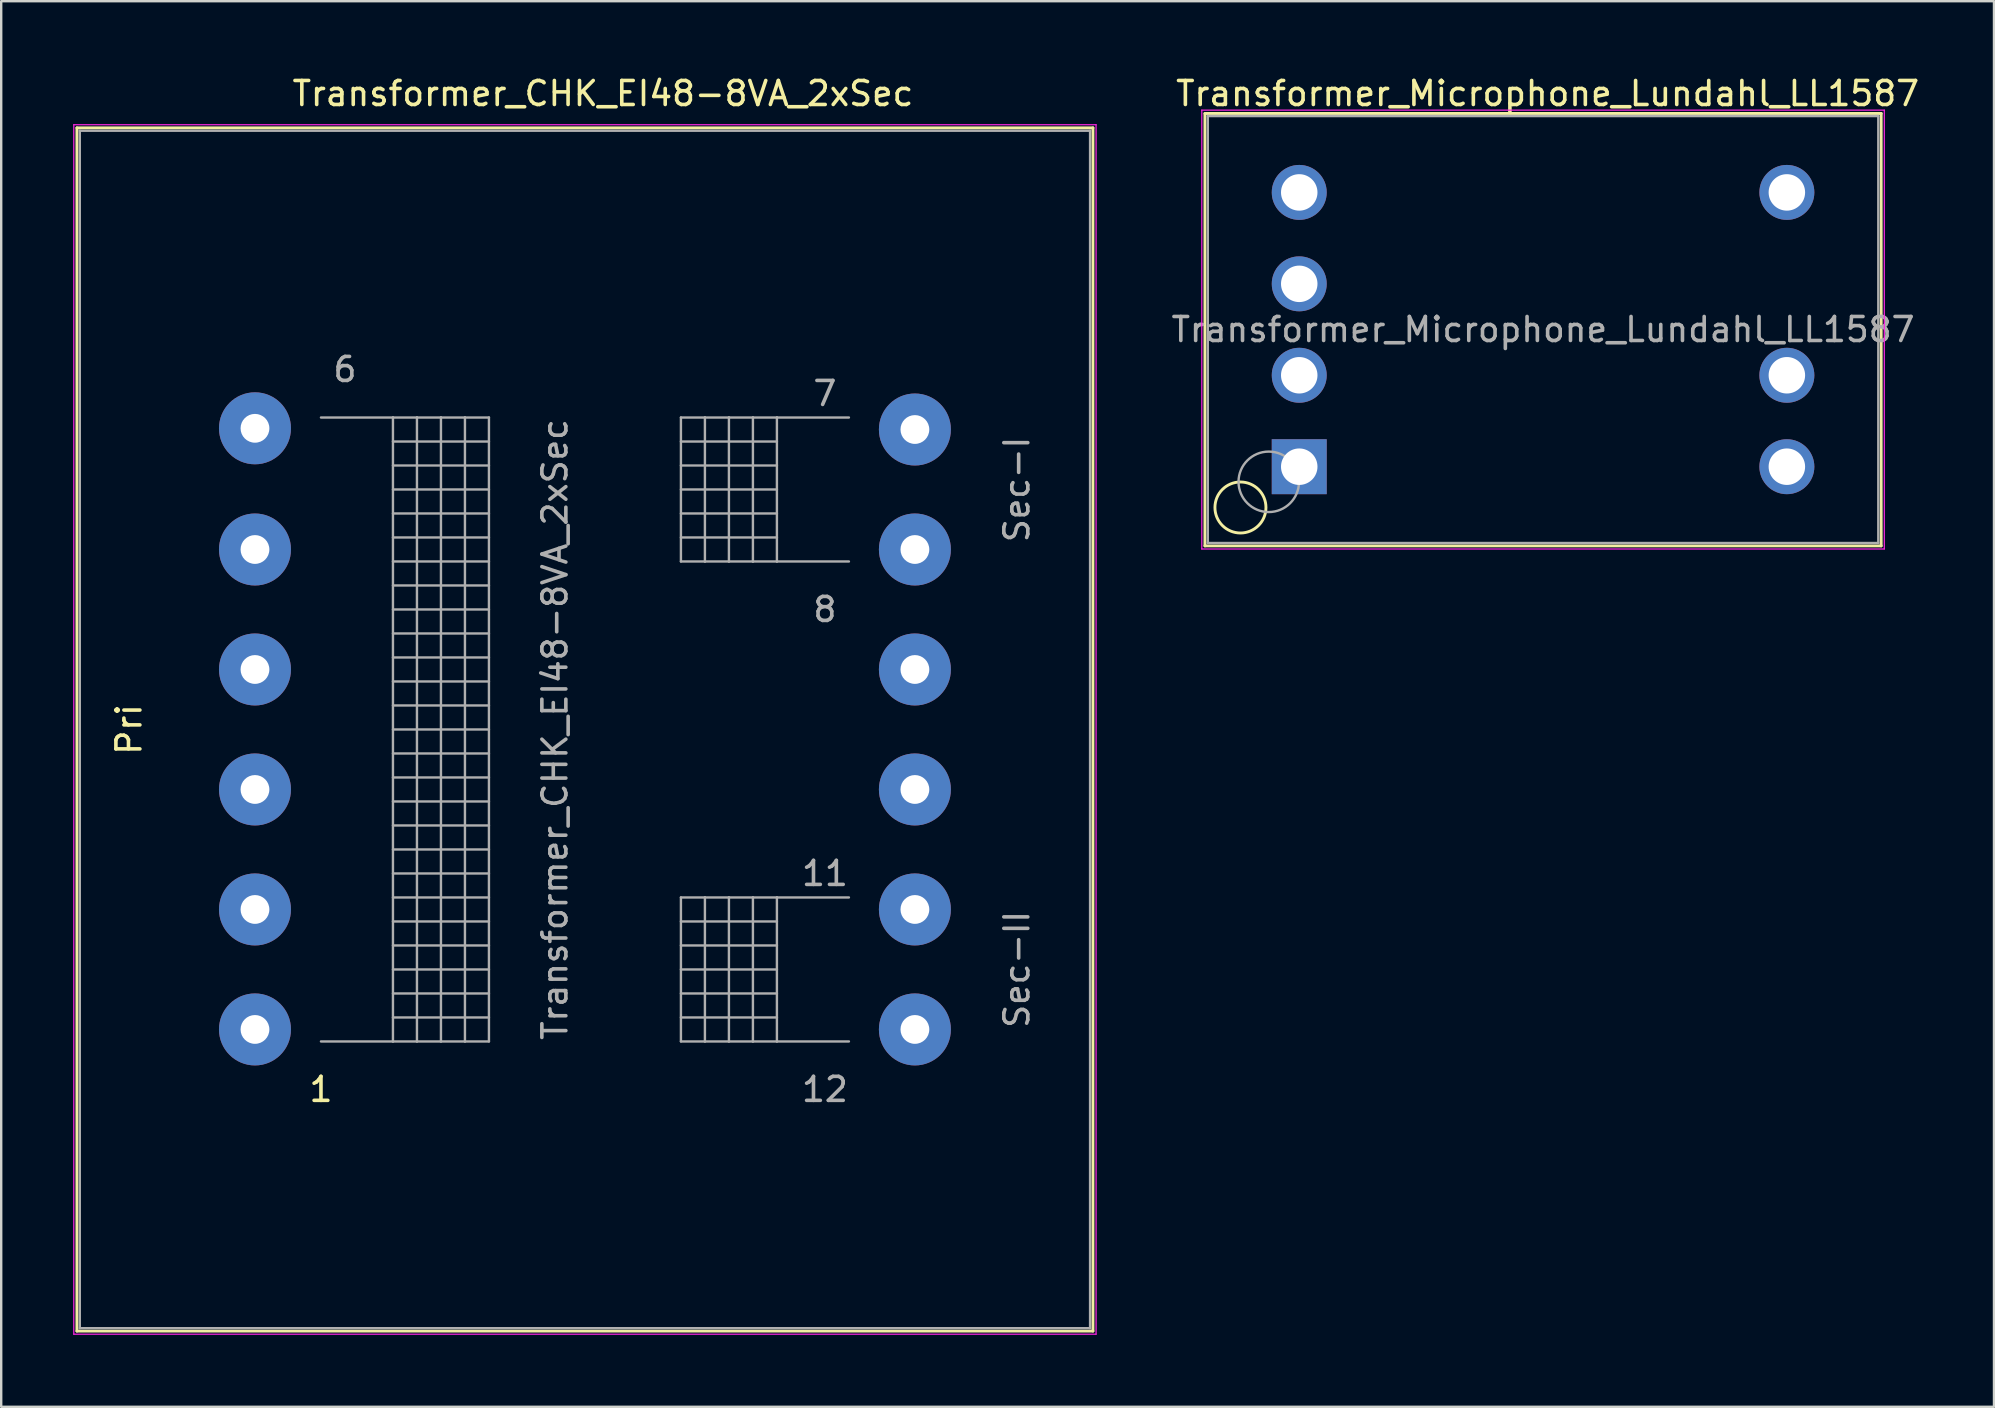
<source format=kicad_pcb>
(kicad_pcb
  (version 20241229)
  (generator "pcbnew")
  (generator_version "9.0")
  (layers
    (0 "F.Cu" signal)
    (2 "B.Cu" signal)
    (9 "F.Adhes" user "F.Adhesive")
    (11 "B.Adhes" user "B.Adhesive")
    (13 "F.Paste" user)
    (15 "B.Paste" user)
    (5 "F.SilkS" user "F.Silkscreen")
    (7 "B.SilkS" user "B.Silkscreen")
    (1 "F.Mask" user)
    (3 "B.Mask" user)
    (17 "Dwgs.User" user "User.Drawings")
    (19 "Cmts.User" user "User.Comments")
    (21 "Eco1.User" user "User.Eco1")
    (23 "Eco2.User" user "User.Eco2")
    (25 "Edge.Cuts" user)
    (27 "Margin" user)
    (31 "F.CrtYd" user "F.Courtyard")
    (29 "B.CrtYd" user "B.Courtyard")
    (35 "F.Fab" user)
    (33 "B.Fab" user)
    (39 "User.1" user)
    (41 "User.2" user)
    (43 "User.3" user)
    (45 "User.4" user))
  (footprint "Transformer_Microphone_Lundahl_LL1587"
    (layer "F.Cu")
    (at 51.091 16.398)
    (property "Reference" "Transformer_Microphone_Lundahl_LL1587" (at 10.35 -15.55 0) (layer "F.SilkS") (effects (font (size 1 1) (thickness 0.15))))
    (attr through_hole)
    (fp_line (start -3.93 -14.72) (end -3.93 3.3) (stroke (width 0.12) (type solid)) (layer "F.SilkS"))
    (fp_line (start -3.93 -14.72) (end 24.25 -14.72) (stroke (width 0.12) (type solid)) (layer "F.SilkS"))
    (fp_line (start 24.25 3.3) (end -3.93 3.3) (stroke (width 0.12) (type solid)) (layer "F.SilkS"))
    (fp_line (start 24.25 3.3) (end 24.25 -14.72) (stroke (width 0.12) (type solid)) (layer "F.SilkS"))
    (fp_circle (center -2.45 1.7) (end -1.75 2.5) (stroke (width 0.12) (type solid)) (fill no) (layer "F.SilkS"))
    (fp_line (start -4.06 -14.86) (end -4.06 3.43) (stroke (width 0.05) (type solid)) (layer "F.CrtYd"))
    (fp_line (start -4.06 -14.86) (end 24.38 -14.86) (stroke (width 0.05) (type solid)) (layer "F.CrtYd"))
    (fp_line (start 24.38 3.43) (end -4.06 3.43) (stroke (width 0.05) (type solid)) (layer "F.CrtYd"))
    (fp_line (start 24.38 3.43) (end 24.38 -14.86) (stroke (width 0.05) (type solid)) (layer "F.CrtYd"))
    (fp_line (start -3.81 -14.61) (end -3.81 3.18) (stroke (width 0.1) (type solid)) (layer "F.Fab"))
    (fp_line (start -3.81 3.18) (end 24.13 3.18) (stroke (width 0.1) (type solid)) (layer "F.Fab"))
    (fp_line (start 24.13 -14.61) (end -3.81 -14.61) (stroke (width 0.1) (type solid)) (layer "F.Fab"))
    (fp_line (start 24.13 -5.71) (end 24.13 -14.61) (stroke (width 0.1) (type solid)) (layer "F.Fab"))
    (fp_line (start 24.13 3.18) (end 24.13 -5.71) (stroke (width 0.1) (type solid)) (layer "F.Fab"))
    (fp_circle (center -1.27 0.63) (end -1.27 -0.63) (stroke (width 0.1) (type solid)) (fill no) (layer "F.Fab"))
    (fp_text user "${REFERENCE}" (at 10.16 -5.715 0) (layer "F.Fab") (effects (font (size 1 1) (thickness 0.15))))
    (pad "1" thru_hole rect (at 0 0) (size 2.29 2.29) (drill 1.52) (layers "*.Cu" "*.Mask"))
    (pad "2" thru_hole circle (at 0 -3.81) (size 2.29 2.29) (drill 1.52) (layers "*.Cu" "*.Mask"))
    (pad "3" thru_hole circle (at 0 -7.62) (size 2.29 2.29) (drill 1.52) (layers "*.Cu" "*.Mask"))
    (pad "4" thru_hole circle (at 0 -11.43) (size 2.29 2.29) (drill 1.52) (layers "*.Cu" "*.Mask"))
    (pad "5" thru_hole circle (at 20.32 0) (size 2.29 2.29) (drill 1.52) (layers "*.Cu" "*.Mask"))
    (pad "6" thru_hole circle (at 20.32 -3.81) (size 2.29 2.29) (drill 1.52) (layers "*.Cu" "*.Mask"))
    (pad "8" thru_hole circle (at 20.32 -11.43) (size 2.29 2.29) (drill 1.52) (layers "*.Cu" "*.Mask")))
  (footprint "Transformer_CHK_EI48-8VA_2xSec"
    (layer "F.Cu")
    (at 7.575 39.848)
    (property "Reference" "Transformer_CHK_EI48-8VA_2xSec" (at 14.5 -39 0) (layer "F.SilkS") (effects (font (size 1 1) (thickness 0.15))))
    (attr through_hole)
    (fp_line (start -7.42 -37.57) (end -7.42 12.57) (stroke (width 0.12) (type solid)) (layer "F.SilkS"))
    (fp_line (start -7.42 -37.57) (end 34.92 -37.57) (stroke (width 0.12) (type solid)) (layer "F.SilkS"))
    (fp_line (start 34.92 12.57) (end -7.42 12.57) (stroke (width 0.12) (type solid)) (layer "F.SilkS"))
    (fp_line (start 34.92 12.57) (end 34.92 -37.57) (stroke (width 0.12) (type solid)) (layer "F.SilkS"))
    (fp_line (start -7.55 -37.7) (end -7.55 12.7) (stroke (width 0.05) (type solid)) (layer "F.CrtYd"))
    (fp_line (start -7.55 -37.7) (end 35.05 -37.7) (stroke (width 0.05) (type solid)) (layer "F.CrtYd"))
    (fp_line (start 35.05 12.7) (end -7.55 12.7) (stroke (width 0.05) (type solid)) (layer "F.CrtYd"))
    (fp_line (start 35.05 12.7) (end 35.05 -37.7) (stroke (width 0.05) (type solid)) (layer "F.CrtYd"))
    (fp_line (start -7.3 -37.45) (end 34.8 -37.45) (stroke (width 0.1) (type solid)) (layer "F.Fab"))
    (fp_line (start -7.3 12.45) (end -7.3 -37.45) (stroke (width 0.1) (type solid)) (layer "F.Fab"))
    (fp_line (start 2.75 -25.5) (end 5.75 -25.5) (stroke (width 0.1) (type solid)) (layer "F.Fab"))
    (fp_line (start 5.75 -25.5) (end 5.75 0.5) (stroke (width 0.1) (type solid)) (layer "F.Fab"))
    (fp_line (start 5.75 -25.5) (end 6.75 -25.5) (stroke (width 0.1) (type solid)) (layer "F.Fab"))
    (fp_line (start 5.75 -24.5) (end 9.75 -24.5) (stroke (width 0.1) (type solid)) (layer "F.Fab"))
    (fp_line (start 5.75 -23.5) (end 9.75 -23.5) (stroke (width 0.1) (type solid)) (layer "F.Fab"))
    (fp_line (start 5.75 -22.5) (end 9.75 -22.5) (stroke (width 0.1) (type solid)) (layer "F.Fab"))
    (fp_line (start 5.75 -21.5) (end 9.75 -21.5) (stroke (width 0.1) (type solid)) (layer "F.Fab"))
    (fp_line (start 5.75 -20.5) (end 9.75 -20.5) (stroke (width 0.1) (type solid)) (layer "F.Fab"))
    (fp_line (start 5.75 -19.5) (end 9.75 -19.5) (stroke (width 0.1) (type solid)) (layer "F.Fab"))
    (fp_line (start 5.75 -18.5) (end 9.75 -18.5) (stroke (width 0.1) (type solid)) (layer "F.Fab"))
    (fp_line (start 5.75 -17.5) (end 9.75 -17.5) (stroke (width 0.1) (type solid)) (layer "F.Fab"))
    (fp_line (start 5.75 -16.5) (end 9.75 -16.5) (stroke (width 0.1) (type solid)) (layer "F.Fab"))
    (fp_line (start 5.75 -15.5) (end 9.75 -15.5) (stroke (width 0.1) (type solid)) (layer "F.Fab"))
    (fp_line (start 5.75 -13.5) (end 9.75 -13.5) (stroke (width 0.1) (type solid)) (layer "F.Fab"))
    (fp_line (start 5.75 -12.5) (end 9.75 -12.5) (stroke (width 0.1) (type solid)) (layer "F.Fab"))
    (fp_line (start 5.75 -10.5) (end 9.75 -10.5) (stroke (width 0.1) (type solid)) (layer "F.Fab"))
    (fp_line (start 5.75 -8.5) (end 9.75 -8.5) (stroke (width 0.1) (type solid)) (layer "F.Fab"))
    (fp_line (start 5.75 -6.5) (end 9.75 -6.5) (stroke (width 0.1) (type solid)) (layer "F.Fab"))
    (fp_line (start 5.75 -4.5) (end 9.75 -4.5) (stroke (width 0.1) (type solid)) (layer "F.Fab"))
    (fp_line (start 5.75 -2.5) (end 9.75 -2.5) (stroke (width 0.1) (type solid)) (layer "F.Fab"))
    (fp_line (start 5.75 -0.5) (end 9.75 -0.5) (stroke (width 0.1) (type solid)) (layer "F.Fab"))
    (fp_line (start 5.75 0.5) (end 2.75 0.5) (stroke (width 0.1) (type solid)) (layer "F.Fab"))
    (fp_line (start 6.75 -25.5) (end 6.75 0.5) (stroke (width 0.1) (type solid)) (layer "F.Fab"))
    (fp_line (start 6.75 -25.5) (end 7.75 -25.5) (stroke (width 0.1) (type solid)) (layer "F.Fab"))
    (fp_line (start 6.75 0.5) (end 5.75 0.5) (stroke (width 0.1) (type solid)) (layer "F.Fab"))
    (fp_line (start 7.75 -25.5) (end 7.75 0.5) (stroke (width 0.1) (type solid)) (layer "F.Fab"))
    (fp_line (start 7.75 -25.5) (end 8.75 -25.5) (stroke (width 0.1) (type solid)) (layer "F.Fab"))
    (fp_line (start 7.75 0.5) (end 6.75 0.5) (stroke (width 0.1) (type solid)) (layer "F.Fab"))
    (fp_line (start 8.75 -25.5) (end 8.75 0.5) (stroke (width 0.1) (type solid)) (layer "F.Fab"))
    (fp_line (start 8.75 -25.5) (end 9.75 -25.5) (stroke (width 0.1) (type solid)) (layer "F.Fab"))
    (fp_line (start 8.75 0.5) (end 7.75 0.5) (stroke (width 0.1) (type solid)) (layer "F.Fab"))
    (fp_line (start 9.75 -25.5) (end 9.75 0.5) (stroke (width 0.1) (type solid)) (layer "F.Fab"))
    (fp_line (start 9.75 -14.5) (end 5.75 -14.5) (stroke (width 0.1) (type solid)) (layer "F.Fab"))
    (fp_line (start 9.75 -11.5) (end 5.75 -11.5) (stroke (width 0.1) (type solid)) (layer "F.Fab"))
    (fp_line (start 9.75 -9.5) (end 5.75 -9.5) (stroke (width 0.1) (type solid)) (layer "F.Fab"))
    (fp_line (start 9.75 -7.5) (end 5.75 -7.5) (stroke (width 0.1) (type solid)) (layer "F.Fab"))
    (fp_line (start 9.75 -5.5) (end 5.75 -5.5) (stroke (width 0.1) (type solid)) (layer "F.Fab"))
    (fp_line (start 9.75 -3.5) (end 5.75 -3.5) (stroke (width 0.1) (type solid)) (layer "F.Fab"))
    (fp_line (start 9.75 -1.5) (end 5.75 -1.5) (stroke (width 0.1) (type solid)) (layer "F.Fab"))
    (fp_line (start 9.75 0.5) (end 8.75 0.5) (stroke (width 0.1) (type solid)) (layer "F.Fab"))
    (fp_line (start 17.75 -25.5) (end 17.75 -19.5) (stroke (width 0.1) (type solid)) (layer "F.Fab"))
    (fp_line (start 17.75 -24.5) (end 21.75 -24.5) (stroke (width 0.1) (type solid)) (layer "F.Fab"))
    (fp_line (start 17.75 -23.5) (end 21.75 -23.5) (stroke (width 0.1) (type solid)) (layer "F.Fab"))
    (fp_line (start 17.75 -22.5) (end 21.75 -22.5) (stroke (width 0.1) (type solid)) (layer "F.Fab"))
    (fp_line (start 17.75 -21.5) (end 21.75 -21.5) (stroke (width 0.1) (type solid)) (layer "F.Fab"))
    (fp_line (start 17.75 -20.5) (end 21.75 -20.5) (stroke (width 0.1) (type solid)) (layer "F.Fab"))
    (fp_line (start 17.75 -19.5) (end 18.75 -19.5) (stroke (width 0.1) (type solid)) (layer "F.Fab"))
    (fp_line (start 17.75 -5.5) (end 17.75 0.5) (stroke (width 0.1) (type solid)) (layer "F.Fab"))
    (fp_line (start 17.75 -4.5) (end 21.75 -4.5) (stroke (width 0.1) (type solid)) (layer "F.Fab"))
    (fp_line (start 17.75 -3.5) (end 21.75 -3.5) (stroke (width 0.1) (type solid)) (layer "F.Fab"))
    (fp_line (start 17.75 -2.5) (end 21.75 -2.5) (stroke (width 0.1) (type solid)) (layer "F.Fab"))
    (fp_line (start 17.75 -1.5) (end 21.75 -1.5) (stroke (width 0.1) (type solid)) (layer "F.Fab"))
    (fp_line (start 17.75 -0.5) (end 21.75 -0.5) (stroke (width 0.1) (type solid)) (layer "F.Fab"))
    (fp_line (start 17.75 0.5) (end 18.75 0.5) (stroke (width 0.1) (type solid)) (layer "F.Fab"))
    (fp_line (start 18.75 -25.5) (end 17.75 -25.5) (stroke (width 0.1) (type solid)) (layer "F.Fab"))
    (fp_line (start 18.75 -25.5) (end 18.75 -19.5) (stroke (width 0.1) (type solid)) (layer "F.Fab"))
    (fp_line (start 18.75 -19.5) (end 19.75 -19.5) (stroke (width 0.1) (type solid)) (layer "F.Fab"))
    (fp_line (start 18.75 -5.5) (end 17.75 -5.5) (stroke (width 0.1) (type solid)) (layer "F.Fab"))
    (fp_line (start 18.75 -5.5) (end 18.75 0.5) (stroke (width 0.1) (type solid)) (layer "F.Fab"))
    (fp_line (start 18.75 0.5) (end 19.75 0.5) (stroke (width 0.1) (type solid)) (layer "F.Fab"))
    (fp_line (start 19.75 -25.5) (end 18.75 -25.5) (stroke (width 0.1) (type solid)) (layer "F.Fab"))
    (fp_line (start 19.75 -25.5) (end 19.75 -19.5) (stroke (width 0.1) (type solid)) (layer "F.Fab"))
    (fp_line (start 19.75 -19.5) (end 20.75 -19.5) (stroke (width 0.1) (type solid)) (layer "F.Fab"))
    (fp_line (start 19.75 -5.5) (end 18.75 -5.5) (stroke (width 0.1) (type solid)) (layer "F.Fab"))
    (fp_line (start 19.75 -5.5) (end 19.75 0.5) (stroke (width 0.1) (type solid)) (layer "F.Fab"))
    (fp_line (start 19.75 0.5) (end 20.75 0.5) (stroke (width 0.1) (type solid)) (layer "F.Fab"))
    (fp_line (start 20.75 -25.5) (end 19.75 -25.5) (stroke (width 0.1) (type solid)) (layer "F.Fab"))
    (fp_line (start 20.75 -25.5) (end 20.75 -19.5) (stroke (width 0.1) (type solid)) (layer "F.Fab"))
    (fp_line (start 20.75 -19.5) (end 21.75 -19.5) (stroke (width 0.1) (type solid)) (layer "F.Fab"))
    (fp_line (start 20.75 -5.5) (end 19.75 -5.5) (stroke (width 0.1) (type solid)) (layer "F.Fab"))
    (fp_line (start 20.75 -5.5) (end 20.75 0.5) (stroke (width 0.1) (type solid)) (layer "F.Fab"))
    (fp_line (start 20.75 0.5) (end 21.75 0.5) (stroke (width 0.1) (type solid)) (layer "F.Fab"))
    (fp_line (start 21.75 -25.5) (end 20.75 -25.5) (stroke (width 0.1) (type solid)) (layer "F.Fab"))
    (fp_line (start 21.75 -25.5) (end 21.75 -19.5) (stroke (width 0.1) (type solid)) (layer "F.Fab"))
    (fp_line (start 21.75 -19.5) (end 24.75 -19.5) (stroke (width 0.1) (type solid)) (layer "F.Fab"))
    (fp_line (start 21.75 -5.5) (end 20.75 -5.5) (stroke (width 0.1) (type solid)) (layer "F.Fab"))
    (fp_line (start 21.75 -5.5) (end 21.75 0.5) (stroke (width 0.1) (type solid)) (layer "F.Fab"))
    (fp_line (start 21.75 0.5) (end 24.75 0.5) (stroke (width 0.1) (type solid)) (layer "F.Fab"))
    (fp_line (start 24.75 -25.5) (end 21.75 -25.5) (stroke (width 0.1) (type solid)) (layer "F.Fab"))
    (fp_line (start 24.75 -5.5) (end 21.75 -5.5) (stroke (width 0.1) (type solid)) (layer "F.Fab"))
    (fp_line (start 34.8 -37.45) (end 34.8 12.45) (stroke (width 0.1) (type solid)) (layer "F.Fab"))
    (fp_line (start 34.8 12.45) (end -7.3 12.45) (stroke (width 0.1) (type solid)) (layer "F.Fab"))
    (fp_text user "1" (at 2.75 2.5 0) (layer "F.SilkS") (effects (font (size 1 1) (thickness 0.15))))
    (fp_text user "Pri" (at -5.25 -12.5 90) (layer "F.SilkS") (effects (font (size 1 1) (thickness 0.15))))
    (fp_text user "12" (at 23.75 2.5 0) (layer "F.Fab") (effects (font (size 1 1) (thickness 0.15))))
    (fp_text user "11" (at 23.75 -6.5 0) (layer "F.Fab") (effects (font (size 1 1) (thickness 0.15))))
    (fp_text user "Sec-I" (at 31.75 -22.5 90) (layer "F.Fab") (effects (font (size 1 1) (thickness 0.15))))
    (fp_text user "${REFERENCE}" (at 12.5 -12.5 90) (layer "F.Fab") (effects (font (size 1 1) (thickness 0.15))))
    (fp_text user "Sec-II" (at 31.75 -2.5 90) (layer "F.Fab") (effects (font (size 1 1) (thickness 0.15))))
    (fp_text user "8" (at 23.75 -17.5 0) (layer "F.Fab") (effects (font (size 1 1) (thickness 0.15))))
    (fp_text user "7" (at 23.75 -26.5 0) (layer "F.Fab") (effects (font (size 1 1) (thickness 0.15))))
    (fp_text user "6" (at 3.75 -27.5 0) (layer "F.Fab") (effects (font (size 1 1) (thickness 0.15))))
    (pad "1" thru_hole circle (at 0 0) (size 3 3) (drill 1.2) (layers "*.Cu" "*.Mask"))
    (pad "2" thru_hole circle (at 0 -5) (size 3 3) (drill 1.2) (layers "*.Cu" "*.Mask"))
    (pad "3" thru_hole circle (at 0 -10) (size 3 3) (drill 1.2) (layers "*.Cu" "*.Mask"))
    (pad "4" thru_hole circle (at 0 -15) (size 3 3) (drill 1.2) (layers "*.Cu" "*.Mask"))
    (pad "5" thru_hole circle (at 0 -20) (size 3 3) (drill 1.2) (layers "*.Cu" "*.Mask"))
    (pad "6" thru_hole circle (at 0 -25.05) (size 3 3) (drill 1.2) (layers "*.Cu" "*.Mask"))
    (pad "7" thru_hole circle (at 27.5 -25) (size 3 3) (drill 1.2) (layers "*.Cu" "*.Mask"))
    (pad "8" thru_hole circle (at 27.5 -20) (size 3 3) (drill 1.2) (layers "*.Cu" "*.Mask"))
    (pad "9" thru_hole circle (at 27.5 -15) (size 3 3) (drill 1.2) (layers "*.Cu" "*.Mask"))
    (pad "10" thru_hole circle (at 27.5 -10) (size 3 3) (drill 1.2) (layers "*.Cu" "*.Mask"))
    (pad "11" thru_hole circle (at 27.5 -5) (size 3 3) (drill 1.2) (layers "*.Cu" "*.Mask"))
    (pad "12" thru_hole circle (at 27.5 0) (size 3 3) (drill 1.2) (layers "*.Cu" "*.Mask")))
  (gr_rect
    (start -3 -3)
    (end 80.042 55.573)
    (stroke (width 0.1) (type default))
    (fill no)
    (layer "Edge.Cuts")))
</source>
